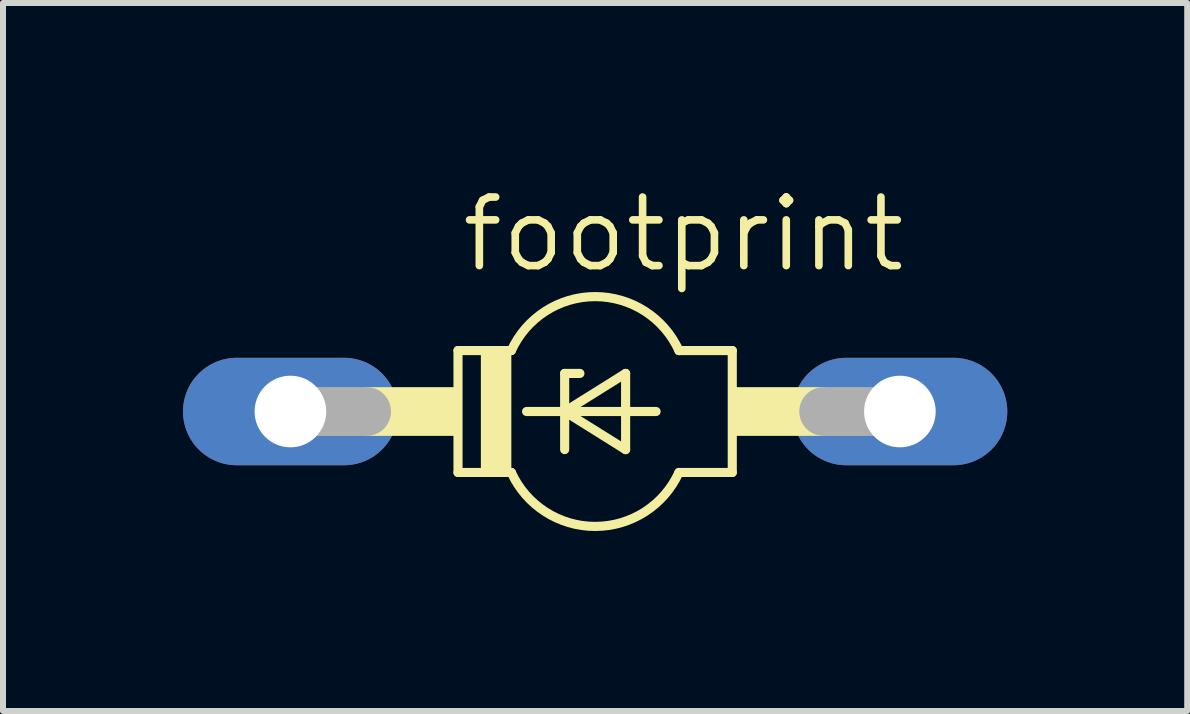
<source format=kicad_pcb>
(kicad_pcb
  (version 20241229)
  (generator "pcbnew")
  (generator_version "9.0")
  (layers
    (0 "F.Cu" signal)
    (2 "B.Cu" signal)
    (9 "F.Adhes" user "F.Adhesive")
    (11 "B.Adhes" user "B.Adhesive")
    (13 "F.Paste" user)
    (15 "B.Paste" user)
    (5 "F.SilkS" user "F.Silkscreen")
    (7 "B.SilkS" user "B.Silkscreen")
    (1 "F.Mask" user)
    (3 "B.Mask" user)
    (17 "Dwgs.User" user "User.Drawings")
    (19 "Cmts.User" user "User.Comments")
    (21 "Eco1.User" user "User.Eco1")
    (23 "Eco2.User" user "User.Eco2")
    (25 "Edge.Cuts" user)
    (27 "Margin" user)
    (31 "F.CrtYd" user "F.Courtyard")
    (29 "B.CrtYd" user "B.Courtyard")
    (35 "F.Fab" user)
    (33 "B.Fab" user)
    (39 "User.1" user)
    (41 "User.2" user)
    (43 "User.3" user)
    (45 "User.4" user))
  (footprint "footprint"
    (layer "F.Cu")
    (at 6.871 3.81)
    (property "Reference" "footprint" (at -2.286 -2.286 0) (layer "F.SilkS") (effects (font (size 1.143 1.143) (thickness 0.127)) (justify left bottom)))
    (fp_line (start -2.286 -1.016) (end -2.286 1.016) (stroke (width 0.152) (type solid)) (layer "F.SilkS"))
    (fp_line (start -2.286 -1.016) (end -1.397 -1.016) (stroke (width 0.152) (type solid)) (layer "F.SilkS"))
    (fp_line (start -2.286 1.016) (end -1.397 1.016) (stroke (width 0.152) (type solid)) (layer "F.SilkS"))
    (fp_line (start -1.143 0) (end -0.508 0) (stroke (width 0.152) (type solid)) (layer "F.SilkS"))
    (fp_line (start -0.508 -0.635) (end -0.508 0) (stroke (width 0.152) (type solid)) (layer "F.SilkS"))
    (fp_line (start -0.508 0) (end -0.508 0.635) (stroke (width 0.152) (type solid)) (layer "F.SilkS"))
    (fp_line (start -0.508 0) (end 0.508 -0.635) (stroke (width 0.152) (type solid)) (layer "F.SilkS"))
    (fp_line (start -0.508 0) (end 1.016 0) (stroke (width 0.152) (type solid)) (layer "F.SilkS"))
    (fp_line (start -0.254 -0.635) (end -0.508 -0.635) (stroke (width 0.152) (type solid)) (layer "F.SilkS"))
    (fp_line (start 0.508 -0.635) (end 0.508 0.635) (stroke (width 0.152) (type solid)) (layer "F.SilkS"))
    (fp_line (start 0.508 0.635) (end -0.508 0) (stroke (width 0.152) (type solid)) (layer "F.SilkS"))
    (fp_line (start 1.397 1.016) (end 2.286 1.016) (stroke (width 0.152) (type solid)) (layer "F.SilkS"))
    (fp_line (start 2.286 -1.016) (end 1.397 -1.016) (stroke (width 0.152) (type solid)) (layer "F.SilkS"))
    (fp_line (start 2.286 1.016) (end 2.286 -1.016) (stroke (width 0.152) (type solid)) (layer "F.SilkS"))
    (fp_arc (start -1.397 -1.016) (mid 0.000001 -1.915546) (end 1.397001 -1.015998) (stroke (width 0.1524) (type solid)) (layer "F.SilkS"))
    (fp_arc (start 1.397001 1.015998) (mid 0.000001 1.915546) (end -1.397 1.016) (stroke (width 0.1524) (type solid)) (layer "F.SilkS"))
    (fp_poly (pts (xy -3.835 0.406) (xy -2.286 0.406) (xy -2.286 -0.406) (xy -3.835 -0.406)) (stroke (width 0) (type solid)) (fill yes) (layer "F.SilkS"))
    (fp_poly (pts (xy -1.905 1.016) (xy -1.397 1.016) (xy -1.397 -1.016) (xy -1.905 -1.016)) (stroke (width 0) (type solid)) (fill yes) (layer "F.SilkS"))
    (fp_poly (pts (xy 2.286 0.406) (xy 3.835 0.406) (xy 3.835 -0.406) (xy 2.286 -0.406)) (stroke (width 0) (type solid)) (fill yes) (layer "F.SilkS"))
    (fp_line (start -5.08 0) (end -3.81 0) (stroke (width 0.813) (type solid)) (layer "F.Fab"))
    (fp_line (start 5.08 0) (end 3.81 0) (stroke (width 0.813) (type solid)) (layer "F.Fab"))
    (pad "A" thru_hole oval (at 5.08 0) (size 3.581 1.791) (drill 1.194) (layers "*.Cu" "*.Mask"))
    (pad "C" thru_hole oval (at -5.08 0) (size 3.581 1.791) (drill 1.194) (layers "*.Cu" "*.Mask")))
  (gr_rect
    (start -3 -3)
    (end 16.741 8.802)
    (stroke (width 0.1) (type default))
    (fill no)
    (layer "Edge.Cuts")))
</source>
